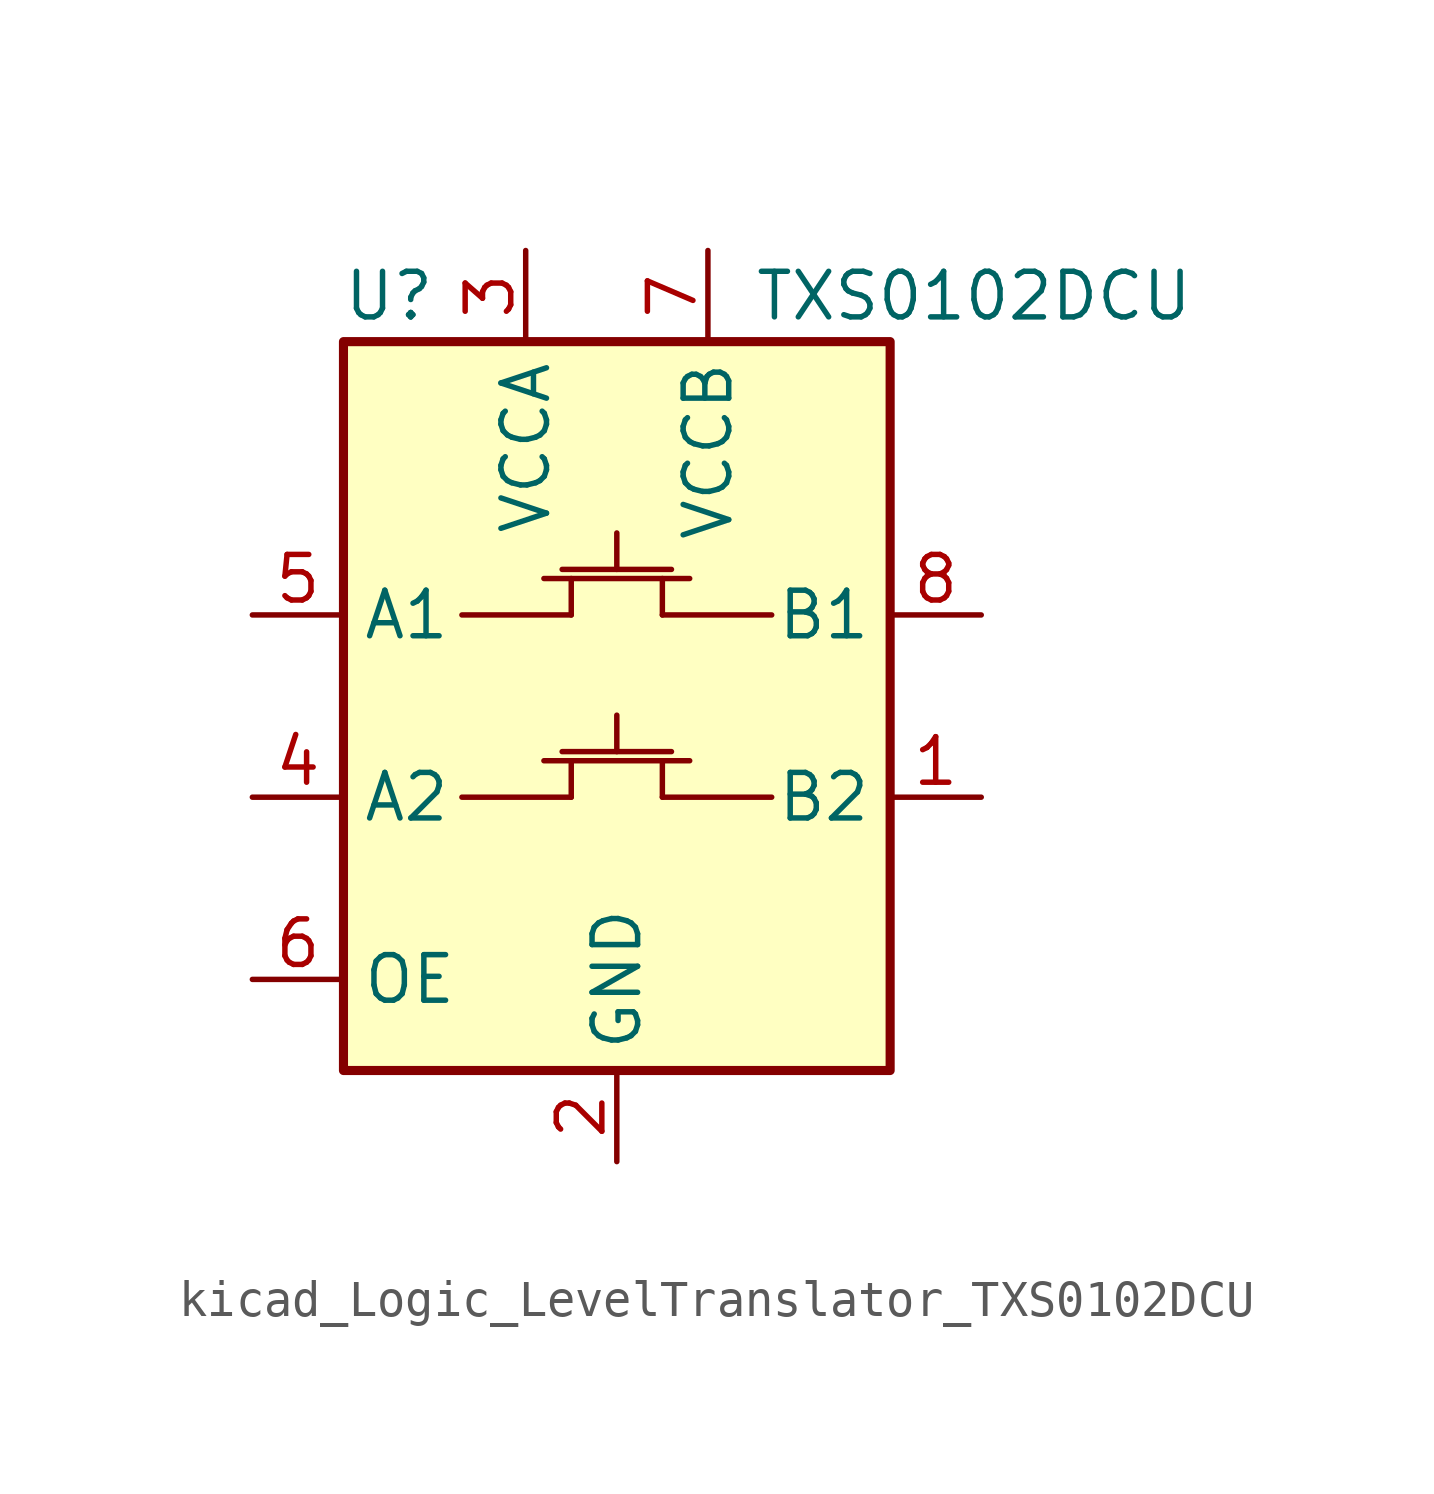
<source format=kicad_sym>
(kicad_symbol_lib
  (version 20220914)
  (generator kicad_symbol_editor)
  (symbol "kicad_Logic_LevelTranslator_TXS0102DCU"
    (property "Reference" "U"
      (at -6.35 11.43 0)
      (effects (font (size 1.27 1.27))))
    (property "Value" "TXS0102DCU"
      (at 3.81 11.43 0)
      (effects (font (size 1.27 1.27)) (justify left)))
    (symbol "kicad_Logic_LevelTranslator_TXS0102DCU_0_1"
      (rectangle (start -7.62 10.16) (end 7.62 -10.16) (stroke (width 0.254) (type default)) (fill (type background)))
      (polyline (pts (xy -4.318 -2.54) (xy -1.27 -2.54)) (stroke (width 0) (type default)) (fill (type none)))
      (polyline (pts (xy -2.032 -1.524) (xy 2.032 -1.524)) (stroke (width 0) (type default)) (fill (type none)))
      (polyline (pts (xy -1.524 -1.27) (xy 1.524 -1.27)) (stroke (width 0) (type default)) (fill (type none)))
      (polyline (pts (xy -1.27 -2.54) (xy -1.27 -1.524)) (stroke (width 0) (type default)) (fill (type none)))
      (polyline (pts (xy 0 -1.27) (xy 0 -0.254)) (stroke (width 0) (type default)) (fill (type none)))
      (polyline (pts (xy 1.27 -2.54) (xy 1.27 -1.524)) (stroke (width 0) (type default)) (fill (type none)))
      (polyline (pts (xy 4.318 -2.54) (xy 1.27 -2.54)) (stroke (width 0) (type default)) (fill (type none))))
    (symbol "kicad_Logic_LevelTranslator_TXS0102DCU_1_1"
      (polyline (pts (xy -4.318 2.54) (xy -1.27 2.54)) (stroke (width 0) (type default)) (fill (type none)))
      (polyline (pts (xy -2.032 3.556) (xy 2.032 3.556)) (stroke (width 0) (type default)) (fill (type none)))
      (polyline (pts (xy -1.524 3.81) (xy 1.524 3.81)) (stroke (width 0) (type default)) (fill (type none)))
      (polyline (pts (xy -1.27 2.54) (xy -1.27 3.556)) (stroke (width 0) (type default)) (fill (type none)))
      (polyline (pts (xy 0 3.81) (xy 0 4.826)) (stroke (width 0) (type default)) (fill (type none)))
      (polyline (pts (xy 1.27 2.54) (xy 1.27 3.556)) (stroke (width 0) (type default)) (fill (type none)))
      (polyline (pts (xy 4.318 2.54) (xy 1.27 2.54)) (stroke (width 0) (type default)) (fill (type none)))
      (pin bidirectional line (at 10.16 -2.54 180) (length 2.54) (name "B2" (effects (font (size 1.27 1.27)))) (number "1" (effects (font (size 1.27 1.27)))))
      (pin power_in line (at 0 -12.7 90) (length 2.54) (name "GND" (effects (font (size 1.27 1.27)))) (number "2" (effects (font (size 1.27 1.27)))))
      (pin power_in line (at -2.54 12.7 270) (length 2.54) (name "VCCA" (effects (font (size 1.27 1.27)))) (number "3" (effects (font (size 1.27 1.27)))))
      (pin bidirectional line (at -10.16 -2.54 0) (length 2.54) (name "A2" (effects (font (size 1.27 1.27)))) (number "4" (effects (font (size 1.27 1.27)))))
      (pin bidirectional line (at -10.16 2.54 0) (length 2.54) (name "A1" (effects (font (size 1.27 1.27)))) (number "5" (effects (font (size 1.27 1.27)))))
      (pin input line (at -10.16 -7.62 0) (length 2.54) (name "OE" (effects (font (size 1.27 1.27)))) (number "6" (effects (font (size 1.27 1.27)))))
      (pin power_in line (at 2.54 12.7 270) (length 2.54) (name "VCCB" (effects (font (size 1.27 1.27)))) (number "7" (effects (font (size 1.27 1.27)))))
      (pin bidirectional line (at 10.16 2.54 180) (length 2.54) (name "B1" (effects (font (size 1.27 1.27)))) (number "8" (effects (font (size 1.27 1.27))))))))
</source>
